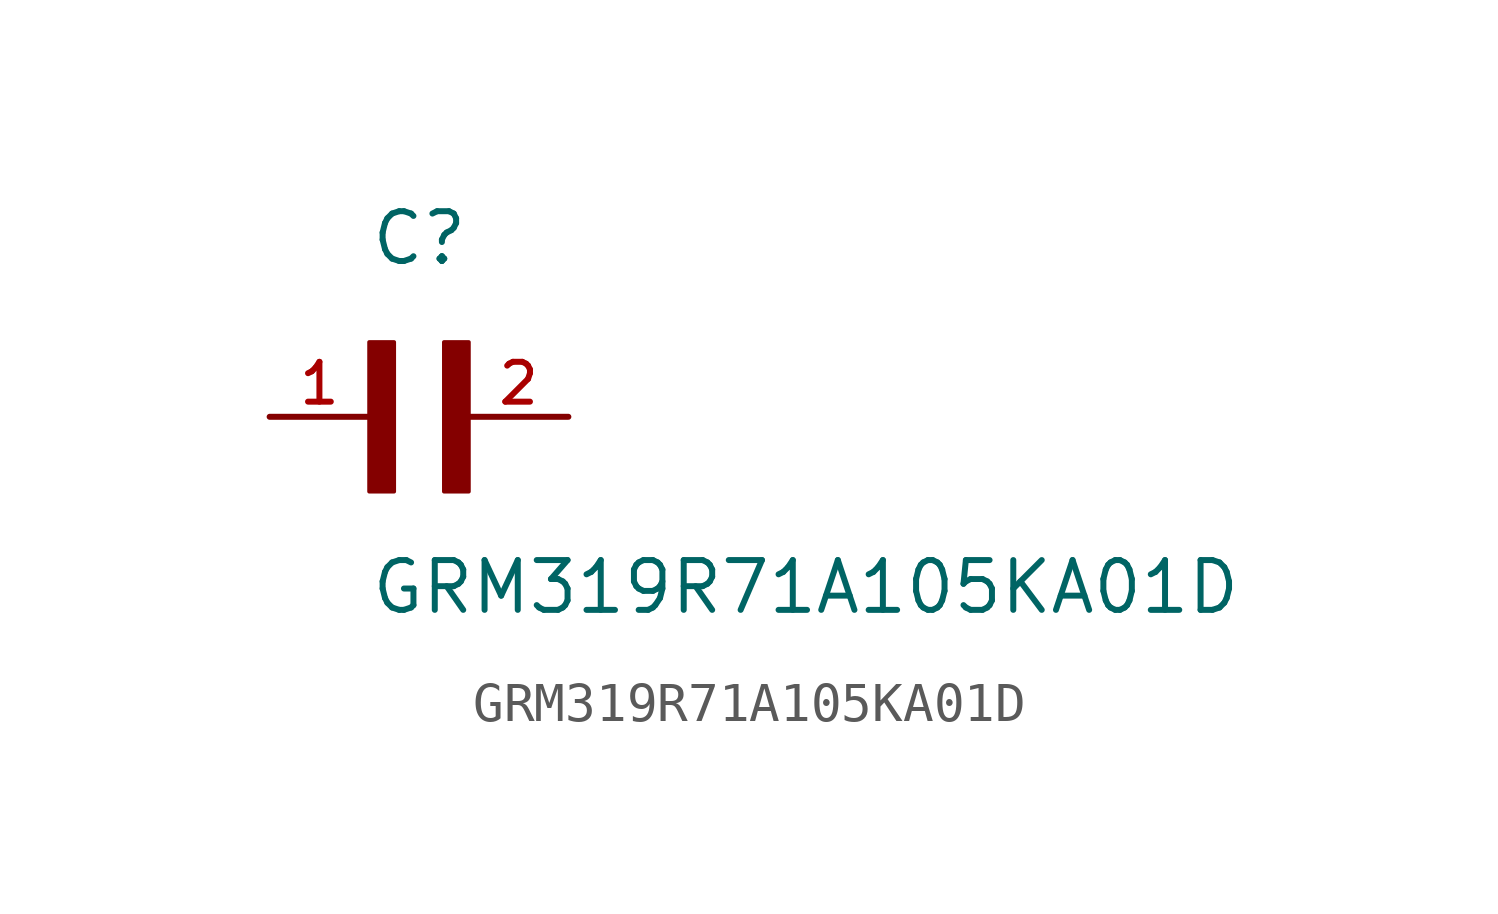
<source format=kicad_sym>
(kicad_symbol_lib
  (version 20211014)
  (generator kicad_symbol_editor)
  (symbol "GRM319R71A105KA01D"
    (pin_names
      (offset 1.016))
    (property "Reference" "C"
      (at 0.0 3.811 0)
      (effects (font (size 1.27 1.27)) (justify bottom left)))
    (property "Value" "GRM319R71A105KA01D"
      (at 0.0 -5.088 0)
      (effects (font (size 1.27 1.27)) (justify bottom left)))
    (symbol "GRM319R71A105KA01D_0_0"
      (rectangle (start 0.0 -1.907) (end 0.635 1.905) (stroke (width 0.1)) (fill (type outline)))
      (rectangle (start 1.907 -1.907) (end 2.54 1.905) (stroke (width 0.1)) (fill (type outline)))
      (pin passive line (at 5.08 0.0 180.0) (length 2.54) (name "~" (effects (font (size 1.016 1.016)))) (number "2" (effects (font (size 1.016 1.016)))))
      (pin passive line (at -2.54 0.0 0) (length 2.54) (name "~" (effects (font (size 1.016 1.016)))) (number "1" (effects (font (size 1.016 1.016))))))))
</source>
